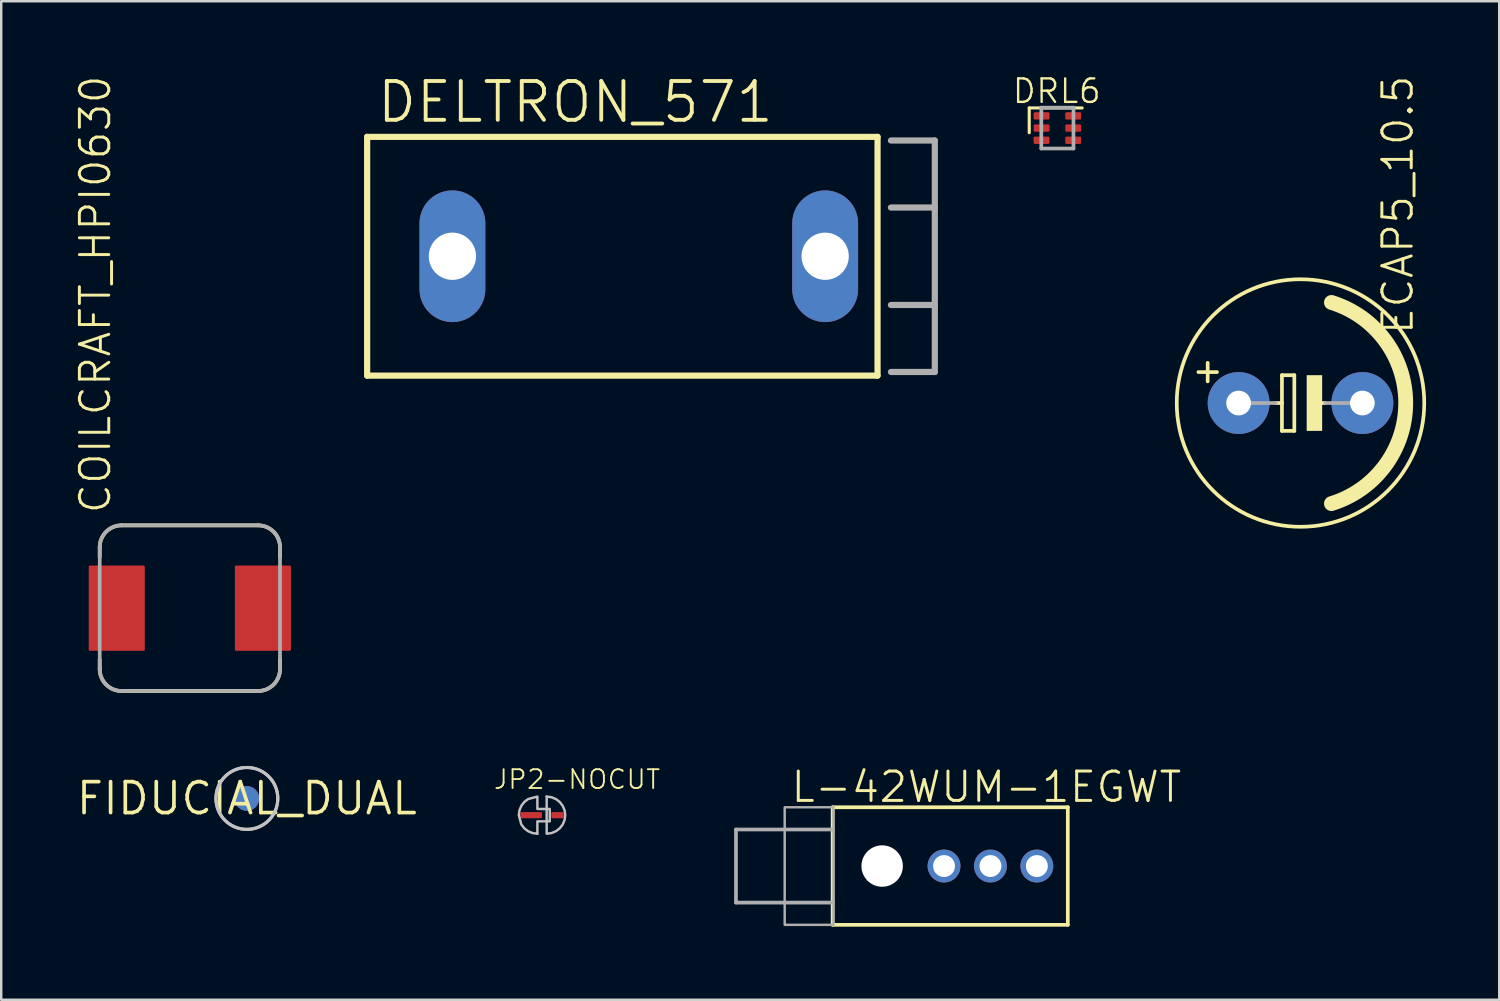
<source format=kicad_pcb>
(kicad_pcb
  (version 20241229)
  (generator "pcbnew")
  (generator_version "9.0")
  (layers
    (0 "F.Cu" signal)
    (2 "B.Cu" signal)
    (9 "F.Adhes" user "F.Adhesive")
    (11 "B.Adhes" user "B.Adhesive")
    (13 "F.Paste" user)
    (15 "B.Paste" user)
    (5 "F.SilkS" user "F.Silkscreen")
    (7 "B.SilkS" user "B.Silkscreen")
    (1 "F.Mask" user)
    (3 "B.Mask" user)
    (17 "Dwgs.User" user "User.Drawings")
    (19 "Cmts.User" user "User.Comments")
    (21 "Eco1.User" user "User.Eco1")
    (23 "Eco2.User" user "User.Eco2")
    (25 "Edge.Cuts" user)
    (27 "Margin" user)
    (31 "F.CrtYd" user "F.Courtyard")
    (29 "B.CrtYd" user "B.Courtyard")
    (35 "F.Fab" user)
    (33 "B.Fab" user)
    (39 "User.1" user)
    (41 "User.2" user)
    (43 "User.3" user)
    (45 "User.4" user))
  (footprint "JP2-NOCUT"
    (layer "F.Cu")
    (at 19.198 30.409)
    (property "Reference" "JP2-NOCUT" (at -2.032 -1.016 0) (layer "F.SilkS") (effects (font (size 0.772 0.772) (thickness 0.077)) (justify left bottom)))
    (attr through_hole)
    (fp_poly (pts (xy 0 -0.889) (xy -0.191 -0.889) (xy -0.19 -0.889) (xy -0.421 -0.859) (xy -0.635 -0.77) (xy -0.819 -0.629) (xy -0.96 -0.445) (xy -1.049 -0.23) (xy -1.079 0) (xy -1.079 -0.000001) (xy -1.049 0.23) (xy -0.96 0.445) (xy -0.819 0.629) (xy -0.635 0.77) (xy -0.191 0.889) (xy 0 0.889)) (stroke (width 0) (type solid)) (fill yes) (layer "F.Mask"))
    (fp_poly (pts (xy 0 0.889) (xy 0.191 0.889) (xy 0.19 0.889) (xy 0.421 0.859) (xy 0.635 0.77) (xy 0.819 0.629) (xy 0.96 0.445) (xy 1.049 0.23) (xy 1.079 0) (xy 1.079 0.000001) (xy 1.049 -0.23) (xy 0.96 -0.445) (xy 0.819 -0.629) (xy 0.635 -0.77) (xy 0.421 -0.859) (xy 0.191 -0.889) (xy 0 -0.889)) (stroke (width 0) (type solid)) (fill yes) (layer "F.Mask"))
    (fp_poly (pts (xy 0.191 0.762) (xy 0.191 -0.762) (xy 0.19 -0.762) (xy 0.388 -0.736) (xy 0.571 -0.66) (xy 0.729 -0.539) (xy 0.85 -0.381) (xy 0.927 -0.197) (xy 0.953 0) (xy 0.953 -0.000001) (xy 0.927 0.197) (xy 0.85 0.381) (xy 0.729 0.539) (xy 0.572 0.66) (xy 0.388 0.736)) (stroke (width 0.1) (type solid)) (fill no) (layer "Dwgs.User"))
    (fp_poly (pts (xy -0.191 -0.762) (xy -0.191 -0.254) (xy 0.318 -0.254) (xy 0.318 0.254) (xy -0.191 0.254) (xy -0.191 0.762) (xy -0.19 0.762) (xy -0.388 0.736) (xy -0.571 0.66) (xy -0.729 0.539) (xy -0.85 0.381) (xy -0.953 0) (xy -0.953 0.000001) (xy -0.927 -0.197) (xy -0.85 -0.381) (xy -0.729 -0.539) (xy -0.572 -0.66)) (stroke (width 0.1) (type solid)) (fill no) (layer "Dwgs.User"))
    (pad "1" smd roundrect (at -0.445 0) (size 0.889 0.254) (layers "F.Cu" "F.Mask") (roundrect_rratio 0.2))
    (pad "2" smd roundrect (at 0.635 0) (size 0.508 0.254) (layers "F.Cu" "F.Mask") (roundrect_rratio 0.2)))
  (footprint "COILCRAFT_HPI0630"
    (layer "F.Cu")
    (at 4.743 21.913)
    (property "Reference" "COILCRAFT_HPI0630" (at -3.175 -3.81 90) (layer "F.SilkS") (effects (font (size 1.206 1.206) (thickness 0.121)) (justify left bottom)))
    (attr through_hole)
    (fp_line (start -3.7 -2.5) (end -3.7 -2.1) (stroke (width 0.152) (type solid)) (layer "F.SilkS"))
    (fp_line (start -3.7 2.1) (end -3.7 2.5) (stroke (width 0.152) (type solid)) (layer "F.SilkS"))
    (fp_line (start -2.8 -3.4) (end 2.8 -3.4) (stroke (width 0.152) (type solid)) (layer "F.SilkS"))
    (fp_line (start -2.8 3.4) (end 2.8 3.4) (stroke (width 0.152) (type solid)) (layer "F.SilkS"))
    (fp_line (start 3.7 -2.5) (end 3.7 -2.1) (stroke (width 0.152) (type solid)) (layer "F.SilkS"))
    (fp_line (start 3.7 2.1) (end 3.7 2.5) (stroke (width 0.152) (type solid)) (layer "F.SilkS"))
    (fp_arc (start -3.7 -2.5) (mid -3.436396 -3.136396) (end -2.8 -3.4) (stroke (width 0.1524) (type solid)) (layer "F.SilkS"))
    (fp_arc (start -2.8 3.4) (mid -3.436396 3.136396) (end -3.7 2.5) (stroke (width 0.1524) (type solid)) (layer "F.SilkS"))
    (fp_arc (start 2.8 -3.4) (mid 3.436396 -3.136396) (end 3.7 -2.5) (stroke (width 0.1524) (type solid)) (layer "F.SilkS"))
    (fp_arc (start 3.7 2.5) (mid 3.436396 3.136396) (end 2.8 3.4) (stroke (width 0.1524) (type solid)) (layer "F.SilkS"))
    (fp_line (start -3.7 2.5) (end -3.7 -2.5) (stroke (width 0.152) (type solid)) (layer "F.Fab"))
    (fp_line (start -2.8 -3.4) (end 2.8 -3.4) (stroke (width 0.152) (type solid)) (layer "F.Fab"))
    (fp_line (start 2.8 3.4) (end -2.8 3.4) (stroke (width 0.152) (type solid)) (layer "F.Fab"))
    (fp_line (start 3.7 -2.5) (end 3.7 2.5) (stroke (width 0.152) (type solid)) (layer "F.Fab"))
    (fp_arc (start -3.7 -2.5) (mid -3.436396 -3.136396) (end -2.8 -3.4) (stroke (width 0.1524) (type solid)) (layer "F.Fab"))
    (fp_arc (start -2.8 3.4) (mid -3.436396 3.136396) (end -3.7 2.5) (stroke (width 0.1524) (type solid)) (layer "F.Fab"))
    (fp_arc (start 2.8 -3.4) (mid 3.436396 -3.136396) (end 3.7 -2.5) (stroke (width 0.1524) (type solid)) (layer "F.Fab"))
    (fp_arc (start 3.7 2.5) (mid 3.436396 3.136396) (end 2.8 3.4) (stroke (width 0.1524) (type solid)) (layer "F.Fab"))
    (pad "1" smd roundrect (at -3 0 90) (size 3.5 2.3) (layers "F.Cu" "F.Mask" "F.Paste") (roundrect_rratio 0.022))
    (pad "2" smd roundrect (at 3 0 90) (size 3.5 2.3) (layers "F.Cu" "F.Mask" "F.Paste") (roundrect_rratio 0.022)))
  (footprint "DRL6"
    (layer "F.Cu")
    (at 40.352 2.207)
    (property "Reference" "DRL6" (at -1.905 -0.953 180) (layer "F.SilkS") (effects (font (size 0.965 0.965) (thickness 0.097)) (justify left bottom)))
    (attr through_hole)
    (fp_line (start -1.156 -0.826) (end -1.156 0.191) (stroke (width 0.127) (type solid)) (layer "F.SilkS"))
    (fp_line (start 1.016 -0.826) (end -1.156 -0.826) (stroke (width 0.127) (type solid)) (layer "F.SilkS"))
    (fp_line (start -0.66 -0.838) (end -0.66 0.838) (stroke (width 0.152) (type solid)) (layer "F.Fab"))
    (fp_line (start -0.66 0.838) (end 0.66 0.838) (stroke (width 0.152) (type solid)) (layer "F.Fab"))
    (fp_line (start 0.66 -0.838) (end -0.66 -0.838) (stroke (width 0.152) (type solid)) (layer "F.Fab"))
    (fp_line (start 0.66 0.838) (end 0.66 -0.838) (stroke (width 0.152) (type solid)) (layer "F.Fab"))
    (pad "1" smd roundrect (at -0.65 -0.5) (size 0.654 0.301) (layers "F.Cu" "F.Mask" "F.Paste") (roundrect_rratio 0.169))
    (pad "2" smd roundrect (at -0.65 0) (size 0.654 0.301) (layers "F.Cu" "F.Mask" "F.Paste") (roundrect_rratio 0.169))
    (pad "3" smd roundrect (at -0.65 0.5) (size 0.654 0.301) (layers "F.Cu" "F.Mask" "F.Paste") (roundrect_rratio 0.169))
    (pad "4" smd roundrect (at 0.65 0.5) (size 0.654 0.301) (layers "F.Cu" "F.Mask" "F.Paste") (roundrect_rratio 0.169))
    (pad "5" smd roundrect (at 0.65 0) (size 0.654 0.301) (layers "F.Cu" "F.Mask" "F.Paste") (roundrect_rratio 0.169))
    (pad "6" smd roundrect (at 0.65 -0.5) (size 0.654 0.301) (layers "F.Cu" "F.Mask" "F.Paste") (roundrect_rratio 0.169)))
  (footprint "ECAP5_10.5"
    (layer "F.Cu")
    (at 50.331 13.493)
    (property "Reference" "ECAP5_10.5" (at 4.699 -2.743 270) (layer "F.SilkS") (effects (font (size 1.206 1.206) (thickness 0.121)) (justify left bottom)))
    (attr through_hole)
    (fp_line (start -3.81 -1.651) (end -3.81 -0.889) (stroke (width 0.152) (type solid)) (layer "F.SilkS"))
    (fp_line (start -3.429 -1.27) (end -4.191 -1.27) (stroke (width 0.152) (type solid)) (layer "F.SilkS"))
    (fp_line (start -1.016 0) (end -0.762 0) (stroke (width 0.152) (type solid)) (layer "F.SilkS"))
    (fp_line (start -0.762 -1.143) (end -0.762 0) (stroke (width 0.152) (type solid)) (layer "F.SilkS"))
    (fp_line (start -0.762 0) (end -0.762 1.143) (stroke (width 0.152) (type solid)) (layer "F.SilkS"))
    (fp_line (start -0.762 1.143) (end -0.254 1.143) (stroke (width 0.152) (type solid)) (layer "F.SilkS"))
    (fp_line (start -0.254 -1.143) (end -0.762 -1.143) (stroke (width 0.152) (type solid)) (layer "F.SilkS"))
    (fp_line (start -0.254 1.143) (end -0.254 -1.143) (stroke (width 0.152) (type solid)) (layer "F.SilkS"))
    (fp_line (start 0.635 0) (end 1.016 0) (stroke (width 0.152) (type solid)) (layer "F.SilkS"))
    (fp_arc (start 1.27 -4.1275) (mid 4.318467 0) (end 1.27 4.1275) (stroke (width 0.6096) (type solid)) (layer "F.SilkS"))
    (fp_circle (center 0 0) (end 5.08 0) (stroke (width 0.152) (type solid)) (fill no) (layer "F.SilkS"))
    (fp_poly (pts (xy 0.254 1.143) (xy 0.889 1.143) (xy 0.889 -1.143) (xy 0.254 -1.143)) (stroke (width 0) (type solid)) (fill yes) (layer "F.SilkS"))
    (fp_line (start -2.54 0) (end -1.016 0) (stroke (width 0.152) (type solid)) (layer "F.Fab"))
    (fp_line (start 1.016 0) (end 2.54 0) (stroke (width 0.152) (type solid)) (layer "F.Fab"))
    (pad "+" thru_hole circle (at -2.54 0) (size 2.54 2.54) (drill 1.016) (layers "*.Cu" "*.Mask"))
    (pad "-" thru_hole circle (at 2.54 0) (size 2.54 2.54) (drill 1.016) (layers "*.Cu" "*.Mask")))
  (footprint "FIDUCIAL_DUAL"
    (layer "F.Cu")
    (at 7.083 29.723)
    (property "Reference" "FIDUCIAL_DUAL" (at 0 0 0) (layer "F.SilkS") (effects (font (size 1.27 1.27) (thickness 0.15))))
    (attr through_hole)
    (fp_poly (pts (xy 0 -1.27) (xy 0.248 -1.246) (xy 0.486 -1.173) (xy 0.706 -1.056) (xy 0.898 -0.898) (xy 1.056 -0.706) (xy 1.173 -0.486) (xy 1.27 0) (xy 1.246 0.248) (xy 1.173 0.486) (xy 1.056 0.706) (xy 0.898 0.898) (xy 0.706 1.056) (xy 0.486 1.173) (xy 0 1.27) (xy -0.248 1.246) (xy -0.486 1.173) (xy -0.706 1.056) (xy -0.898 0.898) (xy -1.056 0.706) (xy -1.173 0.486) (xy -1.27 0) (xy -1.246 -0.248) (xy -1.173 -0.486) (xy -1.056 -0.706) (xy -0.898 -0.898) (xy -0.706 -1.056) (xy -0.486 -1.173)) (stroke (width 0) (type solid)) (fill yes) (layer "F.Mask"))
    (fp_poly (pts (xy 0 -1.27) (xy 0.248 -1.246) (xy 0.486 -1.173) (xy 0.706 -1.056) (xy 0.898 -0.898) (xy 1.056 -0.706) (xy 1.173 -0.486) (xy 1.27 0) (xy 1.246 0.248) (xy 1.173 0.486) (xy 1.056 0.706) (xy 0.898 0.898) (xy 0.706 1.056) (xy 0.486 1.173) (xy 0 1.27) (xy -0.248 1.246) (xy -0.486 1.173) (xy -0.706 1.056) (xy -0.898 0.898) (xy -1.056 0.706) (xy -1.173 0.486) (xy -1.27 0) (xy -1.246 -0.248) (xy -1.173 -0.486) (xy -1.056 -0.706) (xy -0.898 -0.898) (xy -0.706 -1.056) (xy -0.486 -1.173)) (stroke (width 0) (type solid)) (fill yes) (layer "B.Mask"))
    (fp_circle (center 0 0) (end 1.27 0) (stroke (width 0.127) (type solid)) (fill no) (layer "Dwgs.User"))
    (fp_circle (center 0 0) (end 1.27 0) (stroke (width 0.127) (type solid)) (fill no) (layer "Dwgs.User"))
    (pad "B" smd roundrect (at 0 0 180) (size 1.016 1.016) (layers "B.Cu" "B.Mask") (roundrect_rratio 0.5))
    (pad "T" smd roundrect (at 0 0) (size 1.016 1.016) (layers "F.Cu" "F.Mask") (roundrect_rratio 0.5)))
  (footprint "DELTRON_571"
    (layer "F.Cu")
    (at 15.52 7.468)
    (property "Reference" "DELTRON_571" (at -3.175 -5.397 180) (layer "F.SilkS") (effects (font (size 1.593 1.593) (thickness 0.159)) (justify left bottom)))
    (attr through_hole)
    (fp_line (start -3.5 -4.9) (end 17.45 -4.9) (stroke (width 0.254) (type solid)) (layer "F.SilkS"))
    (fp_line (start -3.5 4.9) (end -3.5 -4.9) (stroke (width 0.254) (type solid)) (layer "F.SilkS"))
    (fp_line (start -3.5 4.9) (end 17.45 4.9) (stroke (width 0.254) (type solid)) (layer "F.SilkS"))
    (fp_line (start 17.45 4.9) (end 17.45 -4.9) (stroke (width 0.254) (type solid)) (layer "F.SilkS"))
    (fp_line (start 18 -4.75) (end 19.8 -4.75) (stroke (width 0.254) (type solid)) (layer "F.Fab"))
    (fp_line (start 18 -2) (end 19.8 -2) (stroke (width 0.254) (type solid)) (layer "F.Fab"))
    (fp_line (start 18 2) (end 19.8 2) (stroke (width 0.254) (type solid)) (layer "F.Fab"))
    (fp_line (start 18 4.75) (end 19.8 4.75) (stroke (width 0.254) (type solid)) (layer "F.Fab"))
    (fp_line (start 19.8 -4.75) (end 19.8 -2) (stroke (width 0.254) (type solid)) (layer "F.Fab"))
    (fp_line (start 19.8 -2) (end 19.8 2) (stroke (width 0.254) (type solid)) (layer "F.Fab"))
    (fp_line (start 19.8 2) (end 19.8 4.75) (stroke (width 0.254) (type solid)) (layer "F.Fab"))
    (pad "1" thru_hole oval (at 0 0 90) (size 5.404 2.702) (drill 1.94) (layers "*.Cu" "*.Mask"))
    (pad "1.1" thru_hole oval (at 15.3 0 90) (size 5.404 2.702) (drill 1.94) (layers "*.Cu" "*.Mask")))
  (footprint "L-42WUM-1EGWT"
    (layer "F.Cu")
    (at 33.159 32.498)
    (property "Reference" "L-42WUM-1EGWT" (at -3.81 -2.54 0) (layer "F.SilkS") (effects (font (size 1.206 1.206) (thickness 0.121)) (justify left bottom)))
    (attr through_hole)
    (fp_line (start -2.032 -2.413) (end -2.032 2.413) (stroke (width 0.152) (type solid)) (layer "F.SilkS"))
    (fp_line (start -2.032 -2.413) (end 7.62 -2.413) (stroke (width 0.152) (type solid)) (layer "F.SilkS"))
    (fp_line (start -2.032 2.413) (end 7.62 2.413) (stroke (width 0.152) (type solid)) (layer "F.SilkS"))
    (fp_line (start 7.62 -2.413) (end 7.62 2.413) (stroke (width 0.152) (type solid)) (layer "F.SilkS"))
    (fp_line (start -6 -1.5) (end -6 1.5) (stroke (width 0.152) (type solid)) (layer "F.Fab"))
    (fp_line (start -6 1.5) (end -2.032 1.5) (stroke (width 0.152) (type solid)) (layer "F.Fab"))
    (fp_line (start -2.032 -1.5) (end -6 -1.5) (stroke (width 0.152) (type solid)) (layer "F.Fab"))
    (fp_poly (pts (xy -4 2.413) (xy -2 2.413) (xy -2 -2.413) (xy -4 -2.413)) (stroke (width 0.1) (type solid)) (fill no) (layer "F.Fab"))
    (pad "" np_thru_hole circle (at 0 0) (size 1.7 1.7) (drill 1.7) (layers "*.Cu" "*.Mask"))
    (pad "CC" thru_hole circle (at 4.445 0 180) (size 1.35 1.35) (drill 0.9) (layers "*.Cu" "*.Mask"))
    (pad "GREEN" thru_hole circle (at 6.35 0 180) (size 1.35 1.35) (drill 0.9) (layers "*.Cu" "*.Mask"))
    (pad "RED" thru_hole circle (at 2.54 0 180) (size 1.35 1.35) (drill 0.9) (layers "*.Cu" "*.Mask")))
  (gr_rect
    (start -3 -3)
    (end 58.487 37.987)
    (stroke (width 0.1) (type default))
    (fill no)
    (layer "Edge.Cuts")))
</source>
